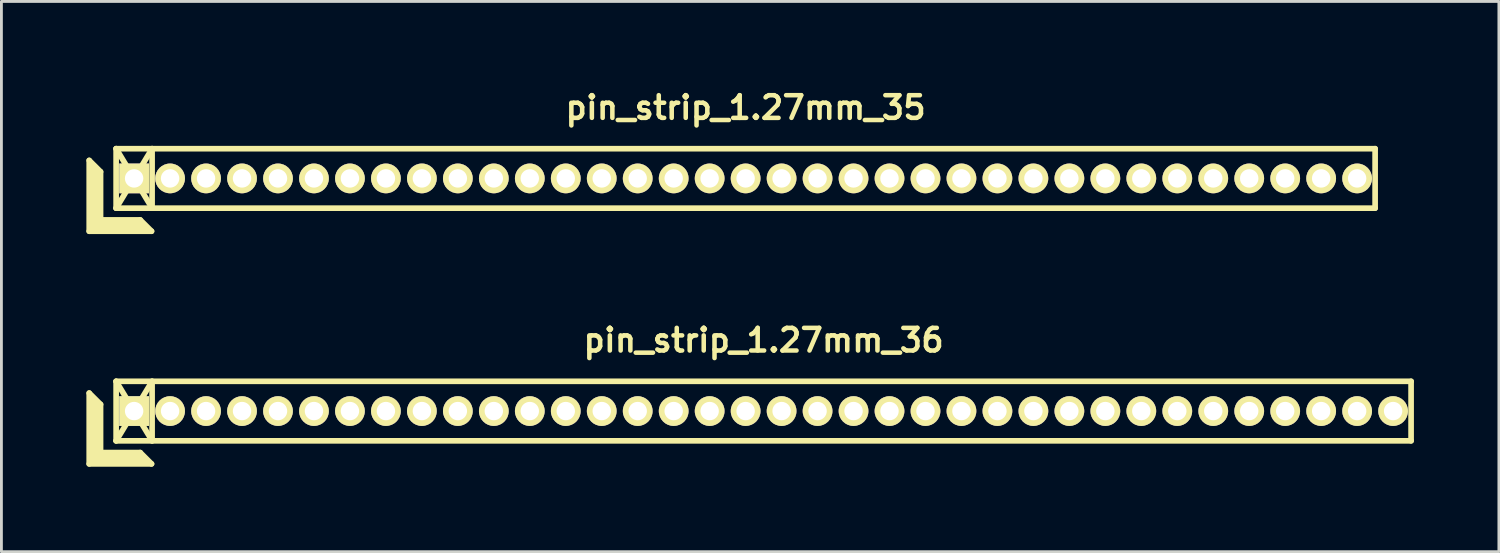
<source format=kicad_pcb>
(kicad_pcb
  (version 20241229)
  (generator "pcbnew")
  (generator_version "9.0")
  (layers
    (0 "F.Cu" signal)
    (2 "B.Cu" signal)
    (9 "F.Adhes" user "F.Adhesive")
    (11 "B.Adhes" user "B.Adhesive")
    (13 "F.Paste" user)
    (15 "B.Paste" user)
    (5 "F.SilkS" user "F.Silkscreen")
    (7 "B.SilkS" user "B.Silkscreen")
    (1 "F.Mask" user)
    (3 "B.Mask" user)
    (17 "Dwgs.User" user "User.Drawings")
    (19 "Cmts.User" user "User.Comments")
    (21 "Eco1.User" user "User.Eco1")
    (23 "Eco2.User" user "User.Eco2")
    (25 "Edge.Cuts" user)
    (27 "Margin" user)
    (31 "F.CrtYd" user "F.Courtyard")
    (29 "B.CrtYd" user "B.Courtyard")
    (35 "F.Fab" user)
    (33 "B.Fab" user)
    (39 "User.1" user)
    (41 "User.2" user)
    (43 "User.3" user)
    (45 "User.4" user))
  (footprint "pin_strip_1.27mm_35"
    (layer "F.Cu")
    (at 23.275 3.249)
    (property "Reference" "pin_strip_1.27mm_35" (at 0 -2.5 0) (layer "F.SilkS") (effects (font (size 0.8 0.8) (thickness 0.16))))
    (attr through_hole)
    (fp_line (start -23.175 -0.635) (end -23.175 1.865) (stroke (width 0.2) (type solid)) (layer "F.SilkS"))
    (fp_line (start -23.175 -0.635) (end -22.775 -0.235) (stroke (width 0.2) (type solid)) (layer "F.SilkS"))
    (fp_line (start -23.175 1.865) (end -20.975 1.865) (stroke (width 0.2) (type solid)) (layer "F.SilkS"))
    (fp_line (start -23.075 1.765) (end -23.075 -0.435) (stroke (width 0.2) (type solid)) (layer "F.SilkS"))
    (fp_line (start -23.075 1.765) (end -21.175 1.765) (stroke (width 0.2) (type solid)) (layer "F.SilkS"))
    (fp_line (start -22.975 1.665) (end -22.975 -0.335) (stroke (width 0.2) (type solid)) (layer "F.SilkS"))
    (fp_line (start -22.975 1.665) (end -21.275 1.665) (stroke (width 0.2) (type solid)) (layer "F.SilkS"))
    (fp_line (start -22.875 1.565) (end -22.875 -0.235) (stroke (width 0.2) (type solid)) (layer "F.SilkS"))
    (fp_line (start -22.875 1.565) (end -21.375 1.565) (stroke (width 0.2) (type solid)) (layer "F.SilkS"))
    (fp_line (start -22.775 1.465) (end -22.775 -0.235) (stroke (width 0.2) (type solid)) (layer "F.SilkS"))
    (fp_line (start -22.775 1.465) (end -21.375 1.465) (stroke (width 0.2) (type solid)) (layer "F.SilkS"))
    (fp_line (start -22.225 -1.05) (end -20.955 1.05) (stroke (width 0.2) (type solid)) (layer "F.SilkS"))
    (fp_line (start -22.225 -1.05) (end 22.225 -1.05) (stroke (width 0.2) (type solid)) (layer "F.SilkS"))
    (fp_line (start -22.225 1.05) (end -22.225 -1.05) (stroke (width 0.2) (type solid)) (layer "F.SilkS"))
    (fp_line (start -22.225 1.05) (end -20.955 -1.05) (stroke (width 0.2) (type solid)) (layer "F.SilkS"))
    (fp_line (start -21.375 1.465) (end -20.975 1.865) (stroke (width 0.2) (type solid)) (layer "F.SilkS"))
    (fp_line (start -20.955 -1.05) (end -20.955 1.05) (stroke (width 0.2) (type solid)) (layer "F.SilkS"))
    (fp_line (start 22.225 -1.05) (end 22.225 1.05) (stroke (width 0.2) (type solid)) (layer "F.SilkS"))
    (fp_line (start 22.225 1.05) (end -22.225 1.05) (stroke (width 0.2) (type solid)) (layer "F.SilkS"))
    (pad "1" thru_hole rect (at -21.59 0) (size 1.05 1.05) (drill 0.65) (layers "*.Cu" "*.Mask" "F.SilkS"))
    (pad "2" thru_hole oval (at -20.32 0) (size 1.05 1.05) (drill 0.65) (layers "*.Cu" "*.Mask" "F.SilkS"))
    (pad "3" thru_hole oval (at -19.05 0) (size 1.05 1.05) (drill 0.65) (layers "*.Cu" "*.Mask" "F.SilkS"))
    (pad "4" thru_hole oval (at -17.78 0) (size 1.05 1.05) (drill 0.65) (layers "*.Cu" "*.Mask" "F.SilkS"))
    (pad "5" thru_hole oval (at -16.51 0) (size 1.05 1.05) (drill 0.65) (layers "*.Cu" "*.Mask" "F.SilkS"))
    (pad "6" thru_hole oval (at -15.24 0) (size 1.05 1.05) (drill 0.65) (layers "*.Cu" "*.Mask" "F.SilkS"))
    (pad "7" thru_hole oval (at -13.97 0) (size 1.05 1.05) (drill 0.65) (layers "*.Cu" "*.Mask" "F.SilkS"))
    (pad "8" thru_hole oval (at -12.7 0) (size 1.05 1.05) (drill 0.65) (layers "*.Cu" "*.Mask" "F.SilkS"))
    (pad "9" thru_hole oval (at -11.43 0) (size 1.05 1.05) (drill 0.65) (layers "*.Cu" "*.Mask" "F.SilkS"))
    (pad "10" thru_hole oval (at -10.16 0) (size 1.05 1.05) (drill 0.65) (layers "*.Cu" "*.Mask" "F.SilkS"))
    (pad "11" thru_hole oval (at -8.89 0) (size 1.05 1.05) (drill 0.65) (layers "*.Cu" "*.Mask" "F.SilkS"))
    (pad "12" thru_hole oval (at -7.62 0) (size 1.05 1.05) (drill 0.65) (layers "*.Cu" "*.Mask" "F.SilkS"))
    (pad "13" thru_hole oval (at -6.35 0) (size 1.05 1.05) (drill 0.65) (layers "*.Cu" "*.Mask" "F.SilkS"))
    (pad "14" thru_hole oval (at -5.08 0) (size 1.05 1.05) (drill 0.65) (layers "*.Cu" "*.Mask" "F.SilkS"))
    (pad "15" thru_hole oval (at -3.81 0) (size 1.05 1.05) (drill 0.65) (layers "*.Cu" "*.Mask" "F.SilkS"))
    (pad "16" thru_hole oval (at -2.54 0) (size 1.05 1.05) (drill 0.65) (layers "*.Cu" "*.Mask" "F.SilkS"))
    (pad "17" thru_hole oval (at -1.27 0) (size 1.05 1.05) (drill 0.65) (layers "*.Cu" "*.Mask" "F.SilkS"))
    (pad "18" thru_hole oval (at 0 0) (size 1.05 1.05) (drill 0.65) (layers "*.Cu" "*.Mask" "F.SilkS"))
    (pad "19" thru_hole oval (at 1.27 0) (size 1.05 1.05) (drill 0.65) (layers "*.Cu" "*.Mask" "F.SilkS"))
    (pad "20" thru_hole oval (at 2.54 0) (size 1.05 1.05) (drill 0.65) (layers "*.Cu" "*.Mask" "F.SilkS"))
    (pad "21" thru_hole oval (at 3.81 0) (size 1.05 1.05) (drill 0.65) (layers "*.Cu" "*.Mask" "F.SilkS"))
    (pad "22" thru_hole oval (at 5.08 0) (size 1.05 1.05) (drill 0.65) (layers "*.Cu" "*.Mask" "F.SilkS"))
    (pad "23" thru_hole oval (at 6.35 0) (size 1.05 1.05) (drill 0.65) (layers "*.Cu" "*.Mask" "F.SilkS"))
    (pad "24" thru_hole oval (at 7.62 0) (size 1.05 1.05) (drill 0.65) (layers "*.Cu" "*.Mask" "F.SilkS"))
    (pad "25" thru_hole oval (at 8.89 0) (size 1.05 1.05) (drill 0.65) (layers "*.Cu" "*.Mask" "F.SilkS"))
    (pad "26" thru_hole oval (at 10.16 0) (size 1.05 1.05) (drill 0.65) (layers "*.Cu" "*.Mask" "F.SilkS"))
    (pad "27" thru_hole oval (at 11.43 0) (size 1.05 1.05) (drill 0.65) (layers "*.Cu" "*.Mask" "F.SilkS"))
    (pad "28" thru_hole oval (at 12.7 0) (size 1.05 1.05) (drill 0.65) (layers "*.Cu" "*.Mask" "F.SilkS"))
    (pad "29" thru_hole oval (at 13.97 0) (size 1.05 1.05) (drill 0.65) (layers "*.Cu" "*.Mask" "F.SilkS"))
    (pad "30" thru_hole oval (at 15.24 0) (size 1.05 1.05) (drill 0.65) (layers "*.Cu" "*.Mask" "F.SilkS"))
    (pad "31" thru_hole oval (at 16.51 0) (size 1.05 1.05) (drill 0.65) (layers "*.Cu" "*.Mask" "F.SilkS"))
    (pad "32" thru_hole oval (at 17.78 0) (size 1.05 1.05) (drill 0.65) (layers "*.Cu" "*.Mask" "F.SilkS"))
    (pad "33" thru_hole oval (at 19.05 0) (size 1.05 1.05) (drill 0.65) (layers "*.Cu" "*.Mask" "F.SilkS"))
    (pad "34" thru_hole oval (at 20.32 0) (size 1.05 1.05) (drill 0.65) (layers "*.Cu" "*.Mask" "F.SilkS"))
    (pad "35" thru_hole oval (at 21.59 0) (size 1.05 1.05) (drill 0.65) (layers "*.Cu" "*.Mask" "F.SilkS")))
  (footprint "pin_strip_1.27mm_36"
    (layer "F.Cu")
    (at 23.91 11.463)
    (property "Reference" "pin_strip_1.27mm_36" (at 0 -2.5 0) (layer "F.SilkS") (effects (font (size 0.8 0.8) (thickness 0.16))))
    (attr through_hole)
    (fp_line (start -23.81 -0.635) (end -23.81 1.865) (stroke (width 0.2) (type solid)) (layer "F.SilkS"))
    (fp_line (start -23.81 -0.635) (end -23.41 -0.235) (stroke (width 0.2) (type solid)) (layer "F.SilkS"))
    (fp_line (start -23.81 1.865) (end -21.61 1.865) (stroke (width 0.2) (type solid)) (layer "F.SilkS"))
    (fp_line (start -23.71 1.765) (end -23.71 -0.435) (stroke (width 0.2) (type solid)) (layer "F.SilkS"))
    (fp_line (start -23.71 1.765) (end -21.81 1.765) (stroke (width 0.2) (type solid)) (layer "F.SilkS"))
    (fp_line (start -23.61 1.665) (end -23.61 -0.335) (stroke (width 0.2) (type solid)) (layer "F.SilkS"))
    (fp_line (start -23.61 1.665) (end -21.91 1.665) (stroke (width 0.2) (type solid)) (layer "F.SilkS"))
    (fp_line (start -23.51 1.565) (end -23.51 -0.235) (stroke (width 0.2) (type solid)) (layer "F.SilkS"))
    (fp_line (start -23.51 1.565) (end -22.01 1.565) (stroke (width 0.2) (type solid)) (layer "F.SilkS"))
    (fp_line (start -23.41 1.465) (end -23.41 -0.235) (stroke (width 0.2) (type solid)) (layer "F.SilkS"))
    (fp_line (start -23.41 1.465) (end -22.01 1.465) (stroke (width 0.2) (type solid)) (layer "F.SilkS"))
    (fp_line (start -22.86 -1.05) (end -21.59 1.05) (stroke (width 0.2) (type solid)) (layer "F.SilkS"))
    (fp_line (start -22.86 -1.05) (end 22.86 -1.05) (stroke (width 0.2) (type solid)) (layer "F.SilkS"))
    (fp_line (start -22.86 1.05) (end -22.86 -1.05) (stroke (width 0.2) (type solid)) (layer "F.SilkS"))
    (fp_line (start -22.86 1.05) (end -21.59 -1.05) (stroke (width 0.2) (type solid)) (layer "F.SilkS"))
    (fp_line (start -22.01 1.465) (end -21.61 1.865) (stroke (width 0.2) (type solid)) (layer "F.SilkS"))
    (fp_line (start -21.59 -1.05) (end -21.59 1.05) (stroke (width 0.2) (type solid)) (layer "F.SilkS"))
    (fp_line (start 22.86 -1.05) (end 22.86 1.05) (stroke (width 0.2) (type solid)) (layer "F.SilkS"))
    (fp_line (start 22.86 1.05) (end -22.86 1.05) (stroke (width 0.2) (type solid)) (layer "F.SilkS"))
    (pad "1" thru_hole rect (at -22.225 0) (size 1.05 1.05) (drill 0.65) (layers "*.Cu" "*.Mask" "F.SilkS"))
    (pad "2" thru_hole oval (at -20.955 0) (size 1.05 1.05) (drill 0.65) (layers "*.Cu" "*.Mask" "F.SilkS"))
    (pad "3" thru_hole oval (at -19.685 0) (size 1.05 1.05) (drill 0.65) (layers "*.Cu" "*.Mask" "F.SilkS"))
    (pad "4" thru_hole oval (at -18.415 0) (size 1.05 1.05) (drill 0.65) (layers "*.Cu" "*.Mask" "F.SilkS"))
    (pad "5" thru_hole oval (at -17.145 0) (size 1.05 1.05) (drill 0.65) (layers "*.Cu" "*.Mask" "F.SilkS"))
    (pad "6" thru_hole oval (at -15.875 0) (size 1.05 1.05) (drill 0.65) (layers "*.Cu" "*.Mask" "F.SilkS"))
    (pad "7" thru_hole oval (at -14.605 0) (size 1.05 1.05) (drill 0.65) (layers "*.Cu" "*.Mask" "F.SilkS"))
    (pad "8" thru_hole oval (at -13.335 0) (size 1.05 1.05) (drill 0.65) (layers "*.Cu" "*.Mask" "F.SilkS"))
    (pad "9" thru_hole oval (at -12.065 0) (size 1.05 1.05) (drill 0.65) (layers "*.Cu" "*.Mask" "F.SilkS"))
    (pad "10" thru_hole oval (at -10.795 0) (size 1.05 1.05) (drill 0.65) (layers "*.Cu" "*.Mask" "F.SilkS"))
    (pad "11" thru_hole oval (at -9.525 0) (size 1.05 1.05) (drill 0.65) (layers "*.Cu" "*.Mask" "F.SilkS"))
    (pad "12" thru_hole oval (at -8.255 0) (size 1.05 1.05) (drill 0.65) (layers "*.Cu" "*.Mask" "F.SilkS"))
    (pad "13" thru_hole oval (at -6.985 0) (size 1.05 1.05) (drill 0.65) (layers "*.Cu" "*.Mask" "F.SilkS"))
    (pad "14" thru_hole oval (at -5.715 0) (size 1.05 1.05) (drill 0.65) (layers "*.Cu" "*.Mask" "F.SilkS"))
    (pad "15" thru_hole oval (at -4.445 0) (size 1.05 1.05) (drill 0.65) (layers "*.Cu" "*.Mask" "F.SilkS"))
    (pad "16" thru_hole oval (at -3.175 0) (size 1.05 1.05) (drill 0.65) (layers "*.Cu" "*.Mask" "F.SilkS"))
    (pad "17" thru_hole oval (at -1.905 0) (size 1.05 1.05) (drill 0.65) (layers "*.Cu" "*.Mask" "F.SilkS"))
    (pad "18" thru_hole oval (at -0.635 0) (size 1.05 1.05) (drill 0.65) (layers "*.Cu" "*.Mask" "F.SilkS"))
    (pad "19" thru_hole oval (at 0.635 0) (size 1.05 1.05) (drill 0.65) (layers "*.Cu" "*.Mask" "F.SilkS"))
    (pad "20" thru_hole oval (at 1.905 0) (size 1.05 1.05) (drill 0.65) (layers "*.Cu" "*.Mask" "F.SilkS"))
    (pad "21" thru_hole oval (at 3.175 0) (size 1.05 1.05) (drill 0.65) (layers "*.Cu" "*.Mask" "F.SilkS"))
    (pad "22" thru_hole oval (at 4.445 0) (size 1.05 1.05) (drill 0.65) (layers "*.Cu" "*.Mask" "F.SilkS"))
    (pad "23" thru_hole oval (at 5.715 0) (size 1.05 1.05) (drill 0.65) (layers "*.Cu" "*.Mask" "F.SilkS"))
    (pad "24" thru_hole oval (at 6.985 0) (size 1.05 1.05) (drill 0.65) (layers "*.Cu" "*.Mask" "F.SilkS"))
    (pad "25" thru_hole oval (at 8.255 0) (size 1.05 1.05) (drill 0.65) (layers "*.Cu" "*.Mask" "F.SilkS"))
    (pad "26" thru_hole oval (at 9.525 0) (size 1.05 1.05) (drill 0.65) (layers "*.Cu" "*.Mask" "F.SilkS"))
    (pad "27" thru_hole oval (at 10.795 0) (size 1.05 1.05) (drill 0.65) (layers "*.Cu" "*.Mask" "F.SilkS"))
    (pad "28" thru_hole oval (at 12.065 0) (size 1.05 1.05) (drill 0.65) (layers "*.Cu" "*.Mask" "F.SilkS"))
    (pad "29" thru_hole oval (at 13.335 0) (size 1.05 1.05) (drill 0.65) (layers "*.Cu" "*.Mask" "F.SilkS"))
    (pad "30" thru_hole oval (at 14.605 0) (size 1.05 1.05) (drill 0.65) (layers "*.Cu" "*.Mask" "F.SilkS"))
    (pad "31" thru_hole oval (at 15.875 0) (size 1.05 1.05) (drill 0.65) (layers "*.Cu" "*.Mask" "F.SilkS"))
    (pad "32" thru_hole oval (at 17.145 0) (size 1.05 1.05) (drill 0.65) (layers "*.Cu" "*.Mask" "F.SilkS"))
    (pad "33" thru_hole oval (at 18.415 0) (size 1.05 1.05) (drill 0.65) (layers "*.Cu" "*.Mask" "F.SilkS"))
    (pad "34" thru_hole oval (at 19.685 0) (size 1.05 1.05) (drill 0.65) (layers "*.Cu" "*.Mask" "F.SilkS"))
    (pad "35" thru_hole oval (at 20.955 0) (size 1.05 1.05) (drill 0.65) (layers "*.Cu" "*.Mask" "F.SilkS"))
    (pad "36" thru_hole oval (at 22.225 0) (size 1.05 1.05) (drill 0.65) (layers "*.Cu" "*.Mask" "F.SilkS")))
  (gr_rect
    (start -3 -3)
    (end 49.87 16.428)
    (stroke (width 0.1) (type default))
    (fill no)
    (layer "Edge.Cuts")))
</source>
